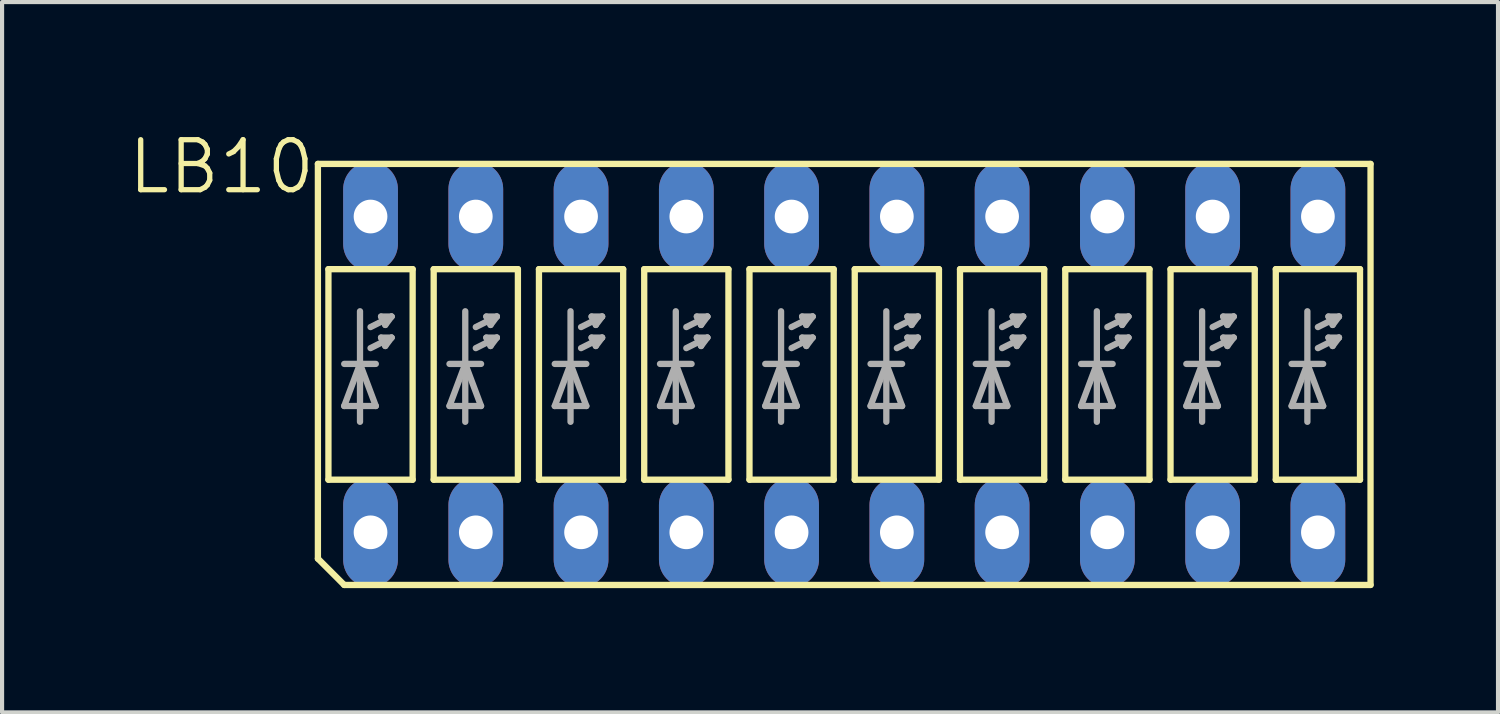
<source format=kicad_pcb>
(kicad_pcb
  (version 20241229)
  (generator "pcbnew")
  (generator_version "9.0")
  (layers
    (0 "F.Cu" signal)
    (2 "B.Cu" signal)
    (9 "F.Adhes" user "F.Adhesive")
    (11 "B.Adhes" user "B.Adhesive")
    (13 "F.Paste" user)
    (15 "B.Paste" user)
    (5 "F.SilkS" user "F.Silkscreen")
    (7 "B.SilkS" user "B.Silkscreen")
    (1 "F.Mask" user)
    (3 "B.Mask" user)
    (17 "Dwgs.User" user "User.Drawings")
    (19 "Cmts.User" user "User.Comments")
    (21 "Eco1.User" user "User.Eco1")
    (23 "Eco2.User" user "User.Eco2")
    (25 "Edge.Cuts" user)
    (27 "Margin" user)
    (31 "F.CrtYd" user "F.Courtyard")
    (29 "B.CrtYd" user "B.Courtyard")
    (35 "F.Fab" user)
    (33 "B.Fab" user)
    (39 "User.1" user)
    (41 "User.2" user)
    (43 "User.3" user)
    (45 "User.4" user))
  (footprint "LB10"
    (layer "F.Cu")
    (at 17.321 5.985)
    (property "Reference" "LB10" (at -12.7 -5.715 0) (layer "F.SilkS") (effects (font (size 1.206 1.206) (thickness 0.127)) (justify right top)))
    (attr through_hole)
    (fp_line (start -12.7 -5.08) (end 12.7 -5.08) (stroke (width 0.152) (type solid)) (layer "F.SilkS"))
    (fp_line (start -12.7 4.445) (end -12.7 -5.08) (stroke (width 0.152) (type solid)) (layer "F.SilkS"))
    (fp_line (start -12.7 4.445) (end -12.065 5.08) (stroke (width 0.152) (type solid)) (layer "F.SilkS"))
    (fp_line (start -12.446 -2.54) (end -10.414 -2.54) (stroke (width 0.152) (type solid)) (layer "F.SilkS"))
    (fp_line (start -12.446 2.54) (end -12.446 -2.54) (stroke (width 0.152) (type solid)) (layer "F.SilkS"))
    (fp_line (start -12.065 5.08) (end 12.7 5.08) (stroke (width 0.152) (type solid)) (layer "F.SilkS"))
    (fp_line (start -10.414 -2.54) (end -10.414 2.54) (stroke (width 0.152) (type solid)) (layer "F.SilkS"))
    (fp_line (start -10.414 2.54) (end -12.446 2.54) (stroke (width 0.152) (type solid)) (layer "F.SilkS"))
    (fp_line (start -9.906 -2.54) (end -7.874 -2.54) (stroke (width 0.152) (type solid)) (layer "F.SilkS"))
    (fp_line (start -9.906 2.54) (end -9.906 -2.54) (stroke (width 0.152) (type solid)) (layer "F.SilkS"))
    (fp_line (start -7.874 -2.54) (end -7.874 2.54) (stroke (width 0.152) (type solid)) (layer "F.SilkS"))
    (fp_line (start -7.874 2.54) (end -9.906 2.54) (stroke (width 0.152) (type solid)) (layer "F.SilkS"))
    (fp_line (start -7.366 -2.54) (end -5.334 -2.54) (stroke (width 0.152) (type solid)) (layer "F.SilkS"))
    (fp_line (start -7.366 2.54) (end -7.366 -2.54) (stroke (width 0.152) (type solid)) (layer "F.SilkS"))
    (fp_line (start -5.334 -2.54) (end -5.334 2.54) (stroke (width 0.152) (type solid)) (layer "F.SilkS"))
    (fp_line (start -5.334 2.54) (end -7.366 2.54) (stroke (width 0.152) (type solid)) (layer "F.SilkS"))
    (fp_line (start -4.826 -2.54) (end -4.826 2.54) (stroke (width 0.152) (type solid)) (layer "F.SilkS"))
    (fp_line (start -4.826 2.54) (end -2.794 2.54) (stroke (width 0.152) (type solid)) (layer "F.SilkS"))
    (fp_line (start -2.794 -2.54) (end -4.826 -2.54) (stroke (width 0.152) (type solid)) (layer "F.SilkS"))
    (fp_line (start -2.794 2.54) (end -2.794 -2.54) (stroke (width 0.152) (type solid)) (layer "F.SilkS"))
    (fp_line (start -2.286 -2.54) (end -2.286 2.54) (stroke (width 0.152) (type solid)) (layer "F.SilkS"))
    (fp_line (start -2.286 2.54) (end -0.254 2.54) (stroke (width 0.152) (type solid)) (layer "F.SilkS"))
    (fp_line (start -0.254 -2.54) (end -2.286 -2.54) (stroke (width 0.152) (type solid)) (layer "F.SilkS"))
    (fp_line (start -0.254 2.54) (end -0.254 -2.54) (stroke (width 0.152) (type solid)) (layer "F.SilkS"))
    (fp_line (start 0.254 -2.54) (end 0.254 2.54) (stroke (width 0.152) (type solid)) (layer "F.SilkS"))
    (fp_line (start 0.254 2.54) (end 2.286 2.54) (stroke (width 0.152) (type solid)) (layer "F.SilkS"))
    (fp_line (start 2.286 -2.54) (end 0.254 -2.54) (stroke (width 0.152) (type solid)) (layer "F.SilkS"))
    (fp_line (start 2.286 2.54) (end 2.286 -2.54) (stroke (width 0.152) (type solid)) (layer "F.SilkS"))
    (fp_line (start 2.794 -2.54) (end 2.794 2.54) (stroke (width 0.152) (type solid)) (layer "F.SilkS"))
    (fp_line (start 2.794 2.54) (end 4.826 2.54) (stroke (width 0.152) (type solid)) (layer "F.SilkS"))
    (fp_line (start 4.826 -2.54) (end 2.794 -2.54) (stroke (width 0.152) (type solid)) (layer "F.SilkS"))
    (fp_line (start 4.826 2.54) (end 4.826 -2.54) (stroke (width 0.152) (type solid)) (layer "F.SilkS"))
    (fp_line (start 5.334 -2.54) (end 5.334 2.54) (stroke (width 0.152) (type solid)) (layer "F.SilkS"))
    (fp_line (start 5.334 2.54) (end 7.366 2.54) (stroke (width 0.152) (type solid)) (layer "F.SilkS"))
    (fp_line (start 7.366 -2.54) (end 5.334 -2.54) (stroke (width 0.152) (type solid)) (layer "F.SilkS"))
    (fp_line (start 7.366 2.54) (end 7.366 -2.54) (stroke (width 0.152) (type solid)) (layer "F.SilkS"))
    (fp_line (start 7.874 -2.54) (end 7.874 2.54) (stroke (width 0.152) (type solid)) (layer "F.SilkS"))
    (fp_line (start 7.874 2.54) (end 9.906 2.54) (stroke (width 0.152) (type solid)) (layer "F.SilkS"))
    (fp_line (start 9.906 -2.54) (end 7.874 -2.54) (stroke (width 0.152) (type solid)) (layer "F.SilkS"))
    (fp_line (start 9.906 2.54) (end 9.906 -2.54) (stroke (width 0.152) (type solid)) (layer "F.SilkS"))
    (fp_line (start 10.414 -2.54) (end 10.414 2.54) (stroke (width 0.152) (type solid)) (layer "F.SilkS"))
    (fp_line (start 10.414 2.54) (end 12.446 2.54) (stroke (width 0.152) (type solid)) (layer "F.SilkS"))
    (fp_line (start 12.446 -2.54) (end 10.414 -2.54) (stroke (width 0.152) (type solid)) (layer "F.SilkS"))
    (fp_line (start 12.446 2.54) (end 12.446 -2.54) (stroke (width 0.152) (type solid)) (layer "F.SilkS"))
    (fp_line (start 12.7 5.08) (end 12.7 -5.08) (stroke (width 0.152) (type solid)) (layer "F.SilkS"))
    (fp_line (start -12.065 -0.254) (end -11.684 -0.254) (stroke (width 0.152) (type solid)) (layer "F.Fab"))
    (fp_line (start -12.065 0.762) (end -11.684 -0.254) (stroke (width 0.152) (type solid)) (layer "F.Fab"))
    (fp_line (start -12.065 0.762) (end -11.303 0.762) (stroke (width 0.152) (type solid)) (layer "F.Fab"))
    (fp_line (start -11.684 -0.254) (end -11.684 -1.524) (stroke (width 0.152) (type solid)) (layer "F.Fab"))
    (fp_line (start -11.684 -0.254) (end -11.303 -0.254) (stroke (width 0.152) (type solid)) (layer "F.Fab"))
    (fp_line (start -11.684 -0.254) (end -11.303 0.762) (stroke (width 0.152) (type solid)) (layer "F.Fab"))
    (fp_line (start -11.684 1.143) (end -11.684 -0.254) (stroke (width 0.152) (type solid)) (layer "F.Fab"))
    (fp_line (start -11.43 -1.143) (end -10.922 -1.397) (stroke (width 0.152) (type solid)) (layer "F.Fab"))
    (fp_line (start -11.43 -0.635) (end -10.922 -0.889) (stroke (width 0.152) (type solid)) (layer "F.Fab"))
    (fp_line (start -11.074 -1.194) (end -11.176 -1.397) (stroke (width 0.152) (type solid)) (layer "F.Fab"))
    (fp_line (start -11.074 -0.686) (end -11.176 -0.889) (stroke (width 0.152) (type solid)) (layer "F.Fab"))
    (fp_line (start -10.922 -1.397) (end -11.176 -1.397) (stroke (width 0.152) (type solid)) (layer "F.Fab"))
    (fp_line (start -10.922 -1.397) (end -11.074 -1.194) (stroke (width 0.152) (type solid)) (layer "F.Fab"))
    (fp_line (start -10.922 -0.889) (end -11.176 -0.889) (stroke (width 0.152) (type solid)) (layer "F.Fab"))
    (fp_line (start -10.922 -0.889) (end -11.074 -0.686) (stroke (width 0.152) (type solid)) (layer "F.Fab"))
    (fp_line (start -9.525 -0.254) (end -9.144 -0.254) (stroke (width 0.152) (type solid)) (layer "F.Fab"))
    (fp_line (start -9.525 0.762) (end -9.144 -0.254) (stroke (width 0.152) (type solid)) (layer "F.Fab"))
    (fp_line (start -9.525 0.762) (end -8.763 0.762) (stroke (width 0.152) (type solid)) (layer "F.Fab"))
    (fp_line (start -9.144 -0.254) (end -9.144 -1.524) (stroke (width 0.152) (type solid)) (layer "F.Fab"))
    (fp_line (start -9.144 -0.254) (end -8.763 -0.254) (stroke (width 0.152) (type solid)) (layer "F.Fab"))
    (fp_line (start -9.144 -0.254) (end -8.763 0.762) (stroke (width 0.152) (type solid)) (layer "F.Fab"))
    (fp_line (start -9.144 1.143) (end -9.144 -0.254) (stroke (width 0.152) (type solid)) (layer "F.Fab"))
    (fp_line (start -8.89 -1.143) (end -8.382 -1.397) (stroke (width 0.152) (type solid)) (layer "F.Fab"))
    (fp_line (start -8.89 -0.635) (end -8.382 -0.889) (stroke (width 0.152) (type solid)) (layer "F.Fab"))
    (fp_line (start -8.534 -1.194) (end -8.636 -1.397) (stroke (width 0.152) (type solid)) (layer "F.Fab"))
    (fp_line (start -8.534 -0.686) (end -8.636 -0.889) (stroke (width 0.152) (type solid)) (layer "F.Fab"))
    (fp_line (start -8.382 -1.397) (end -8.636 -1.397) (stroke (width 0.152) (type solid)) (layer "F.Fab"))
    (fp_line (start -8.382 -1.397) (end -8.534 -1.194) (stroke (width 0.152) (type solid)) (layer "F.Fab"))
    (fp_line (start -8.382 -0.889) (end -8.636 -0.889) (stroke (width 0.152) (type solid)) (layer "F.Fab"))
    (fp_line (start -8.382 -0.889) (end -8.534 -0.686) (stroke (width 0.152) (type solid)) (layer "F.Fab"))
    (fp_line (start -6.985 -0.254) (end -6.604 -0.254) (stroke (width 0.152) (type solid)) (layer "F.Fab"))
    (fp_line (start -6.985 0.762) (end -6.604 -0.254) (stroke (width 0.152) (type solid)) (layer "F.Fab"))
    (fp_line (start -6.985 0.762) (end -6.223 0.762) (stroke (width 0.152) (type solid)) (layer "F.Fab"))
    (fp_line (start -6.604 -0.254) (end -6.604 -1.524) (stroke (width 0.152) (type solid)) (layer "F.Fab"))
    (fp_line (start -6.604 -0.254) (end -6.223 -0.254) (stroke (width 0.152) (type solid)) (layer "F.Fab"))
    (fp_line (start -6.604 -0.254) (end -6.223 0.762) (stroke (width 0.152) (type solid)) (layer "F.Fab"))
    (fp_line (start -6.604 1.143) (end -6.604 -0.254) (stroke (width 0.152) (type solid)) (layer "F.Fab"))
    (fp_line (start -6.35 -1.143) (end -5.842 -1.397) (stroke (width 0.152) (type solid)) (layer "F.Fab"))
    (fp_line (start -6.35 -0.635) (end -5.842 -0.889) (stroke (width 0.152) (type solid)) (layer "F.Fab"))
    (fp_line (start -5.994 -1.194) (end -6.096 -1.397) (stroke (width 0.152) (type solid)) (layer "F.Fab"))
    (fp_line (start -5.994 -0.686) (end -6.096 -0.889) (stroke (width 0.152) (type solid)) (layer "F.Fab"))
    (fp_line (start -5.842 -1.397) (end -6.096 -1.397) (stroke (width 0.152) (type solid)) (layer "F.Fab"))
    (fp_line (start -5.842 -1.397) (end -5.994 -1.194) (stroke (width 0.152) (type solid)) (layer "F.Fab"))
    (fp_line (start -5.842 -0.889) (end -6.096 -0.889) (stroke (width 0.152) (type solid)) (layer "F.Fab"))
    (fp_line (start -5.842 -0.889) (end -5.994 -0.686) (stroke (width 0.152) (type solid)) (layer "F.Fab"))
    (fp_line (start -4.445 -0.254) (end -4.064 -0.254) (stroke (width 0.152) (type solid)) (layer "F.Fab"))
    (fp_line (start -4.445 0.762) (end -4.064 -0.254) (stroke (width 0.152) (type solid)) (layer "F.Fab"))
    (fp_line (start -4.445 0.762) (end -3.683 0.762) (stroke (width 0.152) (type solid)) (layer "F.Fab"))
    (fp_line (start -4.064 -0.254) (end -4.064 -1.524) (stroke (width 0.152) (type solid)) (layer "F.Fab"))
    (fp_line (start -4.064 -0.254) (end -3.683 -0.254) (stroke (width 0.152) (type solid)) (layer "F.Fab"))
    (fp_line (start -4.064 -0.254) (end -3.683 0.762) (stroke (width 0.152) (type solid)) (layer "F.Fab"))
    (fp_line (start -4.064 1.143) (end -4.064 -0.254) (stroke (width 0.152) (type solid)) (layer "F.Fab"))
    (fp_line (start -3.81 -1.143) (end -3.302 -1.397) (stroke (width 0.152) (type solid)) (layer "F.Fab"))
    (fp_line (start -3.81 -0.635) (end -3.302 -0.889) (stroke (width 0.152) (type solid)) (layer "F.Fab"))
    (fp_line (start -3.454 -1.194) (end -3.556 -1.397) (stroke (width 0.152) (type solid)) (layer "F.Fab"))
    (fp_line (start -3.454 -0.686) (end -3.556 -0.889) (stroke (width 0.152) (type solid)) (layer "F.Fab"))
    (fp_line (start -3.302 -1.397) (end -3.556 -1.397) (stroke (width 0.152) (type solid)) (layer "F.Fab"))
    (fp_line (start -3.302 -1.397) (end -3.454 -1.194) (stroke (width 0.152) (type solid)) (layer "F.Fab"))
    (fp_line (start -3.302 -0.889) (end -3.556 -0.889) (stroke (width 0.152) (type solid)) (layer "F.Fab"))
    (fp_line (start -3.302 -0.889) (end -3.454 -0.686) (stroke (width 0.152) (type solid)) (layer "F.Fab"))
    (fp_line (start -1.905 -0.254) (end -1.524 -0.254) (stroke (width 0.152) (type solid)) (layer "F.Fab"))
    (fp_line (start -1.905 0.762) (end -1.524 -0.254) (stroke (width 0.152) (type solid)) (layer "F.Fab"))
    (fp_line (start -1.905 0.762) (end -1.143 0.762) (stroke (width 0.152) (type solid)) (layer "F.Fab"))
    (fp_line (start -1.524 -0.254) (end -1.524 -1.524) (stroke (width 0.152) (type solid)) (layer "F.Fab"))
    (fp_line (start -1.524 -0.254) (end -1.143 -0.254) (stroke (width 0.152) (type solid)) (layer "F.Fab"))
    (fp_line (start -1.524 -0.254) (end -1.143 0.762) (stroke (width 0.152) (type solid)) (layer "F.Fab"))
    (fp_line (start -1.524 1.143) (end -1.524 -0.254) (stroke (width 0.152) (type solid)) (layer "F.Fab"))
    (fp_line (start -1.27 -1.143) (end -0.762 -1.397) (stroke (width 0.152) (type solid)) (layer "F.Fab"))
    (fp_line (start -1.27 -0.635) (end -0.762 -0.889) (stroke (width 0.152) (type solid)) (layer "F.Fab"))
    (fp_line (start -0.914 -1.194) (end -1.016 -1.397) (stroke (width 0.152) (type solid)) (layer "F.Fab"))
    (fp_line (start -0.914 -0.686) (end -1.016 -0.889) (stroke (width 0.152) (type solid)) (layer "F.Fab"))
    (fp_line (start -0.762 -1.397) (end -1.016 -1.397) (stroke (width 0.152) (type solid)) (layer "F.Fab"))
    (fp_line (start -0.762 -1.397) (end -0.914 -1.194) (stroke (width 0.152) (type solid)) (layer "F.Fab"))
    (fp_line (start -0.762 -0.889) (end -1.016 -0.889) (stroke (width 0.152) (type solid)) (layer "F.Fab"))
    (fp_line (start -0.762 -0.889) (end -0.914 -0.686) (stroke (width 0.152) (type solid)) (layer "F.Fab"))
    (fp_line (start 0.635 -0.254) (end 1.016 -0.254) (stroke (width 0.152) (type solid)) (layer "F.Fab"))
    (fp_line (start 0.635 0.762) (end 1.016 -0.254) (stroke (width 0.152) (type solid)) (layer "F.Fab"))
    (fp_line (start 0.635 0.762) (end 1.397 0.762) (stroke (width 0.152) (type solid)) (layer "F.Fab"))
    (fp_line (start 1.016 -0.254) (end 1.016 -1.524) (stroke (width 0.152) (type solid)) (layer "F.Fab"))
    (fp_line (start 1.016 -0.254) (end 1.397 -0.254) (stroke (width 0.152) (type solid)) (layer "F.Fab"))
    (fp_line (start 1.016 -0.254) (end 1.397 0.762) (stroke (width 0.152) (type solid)) (layer "F.Fab"))
    (fp_line (start 1.016 1.143) (end 1.016 -0.254) (stroke (width 0.152) (type solid)) (layer "F.Fab"))
    (fp_line (start 1.27 -1.143) (end 1.778 -1.397) (stroke (width 0.152) (type solid)) (layer "F.Fab"))
    (fp_line (start 1.27 -0.635) (end 1.778 -0.889) (stroke (width 0.152) (type solid)) (layer "F.Fab"))
    (fp_line (start 1.626 -1.194) (end 1.524 -1.397) (stroke (width 0.152) (type solid)) (layer "F.Fab"))
    (fp_line (start 1.626 -0.686) (end 1.524 -0.889) (stroke (width 0.152) (type solid)) (layer "F.Fab"))
    (fp_line (start 1.778 -1.397) (end 1.524 -1.397) (stroke (width 0.152) (type solid)) (layer "F.Fab"))
    (fp_line (start 1.778 -1.397) (end 1.626 -1.194) (stroke (width 0.152) (type solid)) (layer "F.Fab"))
    (fp_line (start 1.778 -0.889) (end 1.524 -0.889) (stroke (width 0.152) (type solid)) (layer "F.Fab"))
    (fp_line (start 1.778 -0.889) (end 1.626 -0.686) (stroke (width 0.152) (type solid)) (layer "F.Fab"))
    (fp_line (start 3.175 -0.254) (end 3.556 -0.254) (stroke (width 0.152) (type solid)) (layer "F.Fab"))
    (fp_line (start 3.175 0.762) (end 3.556 -0.254) (stroke (width 0.152) (type solid)) (layer "F.Fab"))
    (fp_line (start 3.175 0.762) (end 3.937 0.762) (stroke (width 0.152) (type solid)) (layer "F.Fab"))
    (fp_line (start 3.556 -0.254) (end 3.556 -1.524) (stroke (width 0.152) (type solid)) (layer "F.Fab"))
    (fp_line (start 3.556 -0.254) (end 3.937 -0.254) (stroke (width 0.152) (type solid)) (layer "F.Fab"))
    (fp_line (start 3.556 -0.254) (end 3.937 0.762) (stroke (width 0.152) (type solid)) (layer "F.Fab"))
    (fp_line (start 3.556 1.143) (end 3.556 -0.254) (stroke (width 0.152) (type solid)) (layer "F.Fab"))
    (fp_line (start 3.81 -1.143) (end 4.318 -1.397) (stroke (width 0.152) (type solid)) (layer "F.Fab"))
    (fp_line (start 3.81 -0.635) (end 4.318 -0.889) (stroke (width 0.152) (type solid)) (layer "F.Fab"))
    (fp_line (start 4.166 -1.194) (end 4.064 -1.397) (stroke (width 0.152) (type solid)) (layer "F.Fab"))
    (fp_line (start 4.166 -0.686) (end 4.064 -0.889) (stroke (width 0.152) (type solid)) (layer "F.Fab"))
    (fp_line (start 4.318 -1.397) (end 4.064 -1.397) (stroke (width 0.152) (type solid)) (layer "F.Fab"))
    (fp_line (start 4.318 -1.397) (end 4.166 -1.194) (stroke (width 0.152) (type solid)) (layer "F.Fab"))
    (fp_line (start 4.318 -0.889) (end 4.064 -0.889) (stroke (width 0.152) (type solid)) (layer "F.Fab"))
    (fp_line (start 4.318 -0.889) (end 4.166 -0.686) (stroke (width 0.152) (type solid)) (layer "F.Fab"))
    (fp_line (start 5.715 -0.254) (end 6.096 -0.254) (stroke (width 0.152) (type solid)) (layer "F.Fab"))
    (fp_line (start 5.715 0.762) (end 6.096 -0.254) (stroke (width 0.152) (type solid)) (layer "F.Fab"))
    (fp_line (start 5.715 0.762) (end 6.477 0.762) (stroke (width 0.152) (type solid)) (layer "F.Fab"))
    (fp_line (start 6.096 -0.254) (end 6.096 -1.524) (stroke (width 0.152) (type solid)) (layer "F.Fab"))
    (fp_line (start 6.096 -0.254) (end 6.477 -0.254) (stroke (width 0.152) (type solid)) (layer "F.Fab"))
    (fp_line (start 6.096 -0.254) (end 6.477 0.762) (stroke (width 0.152) (type solid)) (layer "F.Fab"))
    (fp_line (start 6.096 1.143) (end 6.096 -0.254) (stroke (width 0.152) (type solid)) (layer "F.Fab"))
    (fp_line (start 6.35 -1.143) (end 6.858 -1.397) (stroke (width 0.152) (type solid)) (layer "F.Fab"))
    (fp_line (start 6.35 -0.635) (end 6.858 -0.889) (stroke (width 0.152) (type solid)) (layer "F.Fab"))
    (fp_line (start 6.706 -1.194) (end 6.604 -1.397) (stroke (width 0.152) (type solid)) (layer "F.Fab"))
    (fp_line (start 6.706 -0.686) (end 6.604 -0.889) (stroke (width 0.152) (type solid)) (layer "F.Fab"))
    (fp_line (start 6.858 -1.397) (end 6.604 -1.397) (stroke (width 0.152) (type solid)) (layer "F.Fab"))
    (fp_line (start 6.858 -1.397) (end 6.706 -1.194) (stroke (width 0.152) (type solid)) (layer "F.Fab"))
    (fp_line (start 6.858 -0.889) (end 6.604 -0.889) (stroke (width 0.152) (type solid)) (layer "F.Fab"))
    (fp_line (start 6.858 -0.889) (end 6.706 -0.686) (stroke (width 0.152) (type solid)) (layer "F.Fab"))
    (fp_line (start 8.255 -0.254) (end 8.636 -0.254) (stroke (width 0.152) (type solid)) (layer "F.Fab"))
    (fp_line (start 8.255 0.762) (end 8.636 -0.254) (stroke (width 0.152) (type solid)) (layer "F.Fab"))
    (fp_line (start 8.255 0.762) (end 9.017 0.762) (stroke (width 0.152) (type solid)) (layer "F.Fab"))
    (fp_line (start 8.636 -0.254) (end 8.636 -1.524) (stroke (width 0.152) (type solid)) (layer "F.Fab"))
    (fp_line (start 8.636 -0.254) (end 9.017 -0.254) (stroke (width 0.152) (type solid)) (layer "F.Fab"))
    (fp_line (start 8.636 -0.254) (end 9.017 0.762) (stroke (width 0.152) (type solid)) (layer "F.Fab"))
    (fp_line (start 8.636 1.143) (end 8.636 -0.254) (stroke (width 0.152) (type solid)) (layer "F.Fab"))
    (fp_line (start 8.89 -1.143) (end 9.398 -1.397) (stroke (width 0.152) (type solid)) (layer "F.Fab"))
    (fp_line (start 8.89 -0.635) (end 9.398 -0.889) (stroke (width 0.152) (type solid)) (layer "F.Fab"))
    (fp_line (start 9.246 -1.194) (end 9.144 -1.397) (stroke (width 0.152) (type solid)) (layer "F.Fab"))
    (fp_line (start 9.246 -0.686) (end 9.144 -0.889) (stroke (width 0.152) (type solid)) (layer "F.Fab"))
    (fp_line (start 9.398 -1.397) (end 9.144 -1.397) (stroke (width 0.152) (type solid)) (layer "F.Fab"))
    (fp_line (start 9.398 -1.397) (end 9.246 -1.194) (stroke (width 0.152) (type solid)) (layer "F.Fab"))
    (fp_line (start 9.398 -0.889) (end 9.144 -0.889) (stroke (width 0.152) (type solid)) (layer "F.Fab"))
    (fp_line (start 9.398 -0.889) (end 9.246 -0.686) (stroke (width 0.152) (type solid)) (layer "F.Fab"))
    (fp_line (start 10.795 -0.254) (end 11.176 -0.254) (stroke (width 0.152) (type solid)) (layer "F.Fab"))
    (fp_line (start 10.795 0.762) (end 11.176 -0.254) (stroke (width 0.152) (type solid)) (layer "F.Fab"))
    (fp_line (start 10.795 0.762) (end 11.557 0.762) (stroke (width 0.152) (type solid)) (layer "F.Fab"))
    (fp_line (start 11.176 -0.254) (end 11.176 -1.524) (stroke (width 0.152) (type solid)) (layer "F.Fab"))
    (fp_line (start 11.176 -0.254) (end 11.557 -0.254) (stroke (width 0.152) (type solid)) (layer "F.Fab"))
    (fp_line (start 11.176 -0.254) (end 11.557 0.762) (stroke (width 0.152) (type solid)) (layer "F.Fab"))
    (fp_line (start 11.176 1.143) (end 11.176 -0.254) (stroke (width 0.152) (type solid)) (layer "F.Fab"))
    (fp_line (start 11.43 -1.143) (end 11.938 -1.397) (stroke (width 0.152) (type solid)) (layer "F.Fab"))
    (fp_line (start 11.43 -0.635) (end 11.938 -0.889) (stroke (width 0.152) (type solid)) (layer "F.Fab"))
    (fp_line (start 11.786 -1.194) (end 11.684 -1.397) (stroke (width 0.152) (type solid)) (layer "F.Fab"))
    (fp_line (start 11.786 -0.686) (end 11.684 -0.889) (stroke (width 0.152) (type solid)) (layer "F.Fab"))
    (fp_line (start 11.938 -1.397) (end 11.684 -1.397) (stroke (width 0.152) (type solid)) (layer "F.Fab"))
    (fp_line (start 11.938 -1.397) (end 11.786 -1.194) (stroke (width 0.152) (type solid)) (layer "F.Fab"))
    (fp_line (start 11.938 -0.889) (end 11.684 -0.889) (stroke (width 0.152) (type solid)) (layer "F.Fab"))
    (fp_line (start 11.938 -0.889) (end 11.786 -0.686) (stroke (width 0.152) (type solid)) (layer "F.Fab"))
    (pad "1" thru_hole oval (at -11.43 3.81 90) (size 2.642 1.321) (drill 0.813) (layers "*.Cu" "*.Mask"))
    (pad "2" thru_hole oval (at -8.89 3.81 90) (size 2.642 1.321) (drill 0.813) (layers "*.Cu" "*.Mask"))
    (pad "3" thru_hole oval (at -6.35 3.81 90) (size 2.642 1.321) (drill 0.813) (layers "*.Cu" "*.Mask"))
    (pad "4" thru_hole oval (at -3.81 3.81 90) (size 2.642 1.321) (drill 0.813) (layers "*.Cu" "*.Mask"))
    (pad "5" thru_hole oval (at -1.27 3.81 90) (size 2.642 1.321) (drill 0.813) (layers "*.Cu" "*.Mask"))
    (pad "6" thru_hole oval (at 1.27 3.81 90) (size 2.642 1.321) (drill 0.813) (layers "*.Cu" "*.Mask"))
    (pad "7" thru_hole oval (at 3.81 3.81 90) (size 2.642 1.321) (drill 0.813) (layers "*.Cu" "*.Mask"))
    (pad "8" thru_hole oval (at 6.35 3.81 90) (size 2.642 1.321) (drill 0.813) (layers "*.Cu" "*.Mask"))
    (pad "9" thru_hole oval (at 8.89 3.81 90) (size 2.642 1.321) (drill 0.813) (layers "*.Cu" "*.Mask"))
    (pad "10" thru_hole oval (at 11.43 3.81 90) (size 2.642 1.321) (drill 0.813) (layers "*.Cu" "*.Mask"))
    (pad "11" thru_hole oval (at 11.43 -3.81 90) (size 2.642 1.321) (drill 0.813) (layers "*.Cu" "*.Mask"))
    (pad "12" thru_hole oval (at 8.89 -3.81 90) (size 2.642 1.321) (drill 0.813) (layers "*.Cu" "*.Mask"))
    (pad "13" thru_hole oval (at 6.35 -3.81 90) (size 2.642 1.321) (drill 0.813) (layers "*.Cu" "*.Mask"))
    (pad "14" thru_hole oval (at 3.81 -3.81 90) (size 2.642 1.321) (drill 0.813) (layers "*.Cu" "*.Mask"))
    (pad "15" thru_hole oval (at 1.27 -3.81 90) (size 2.642 1.321) (drill 0.813) (layers "*.Cu" "*.Mask"))
    (pad "16" thru_hole oval (at -1.27 -3.81 90) (size 2.642 1.321) (drill 0.813) (layers "*.Cu" "*.Mask"))
    (pad "17" thru_hole oval (at -3.81 -3.81 90) (size 2.642 1.321) (drill 0.813) (layers "*.Cu" "*.Mask"))
    (pad "18" thru_hole oval (at -6.35 -3.81 90) (size 2.642 1.321) (drill 0.813) (layers "*.Cu" "*.Mask"))
    (pad "19" thru_hole oval (at -8.89 -3.81 90) (size 2.642 1.321) (drill 0.813) (layers "*.Cu" "*.Mask"))
    (pad "20" thru_hole oval (at -11.43 -3.81 90) (size 2.642 1.321) (drill 0.813) (layers "*.Cu" "*.Mask")))
  (gr_rect
    (start -3 -3)
    (end 33.097 14.141)
    (stroke (width 0.1) (type default))
    (fill no)
    (layer "Edge.Cuts")))
</source>
